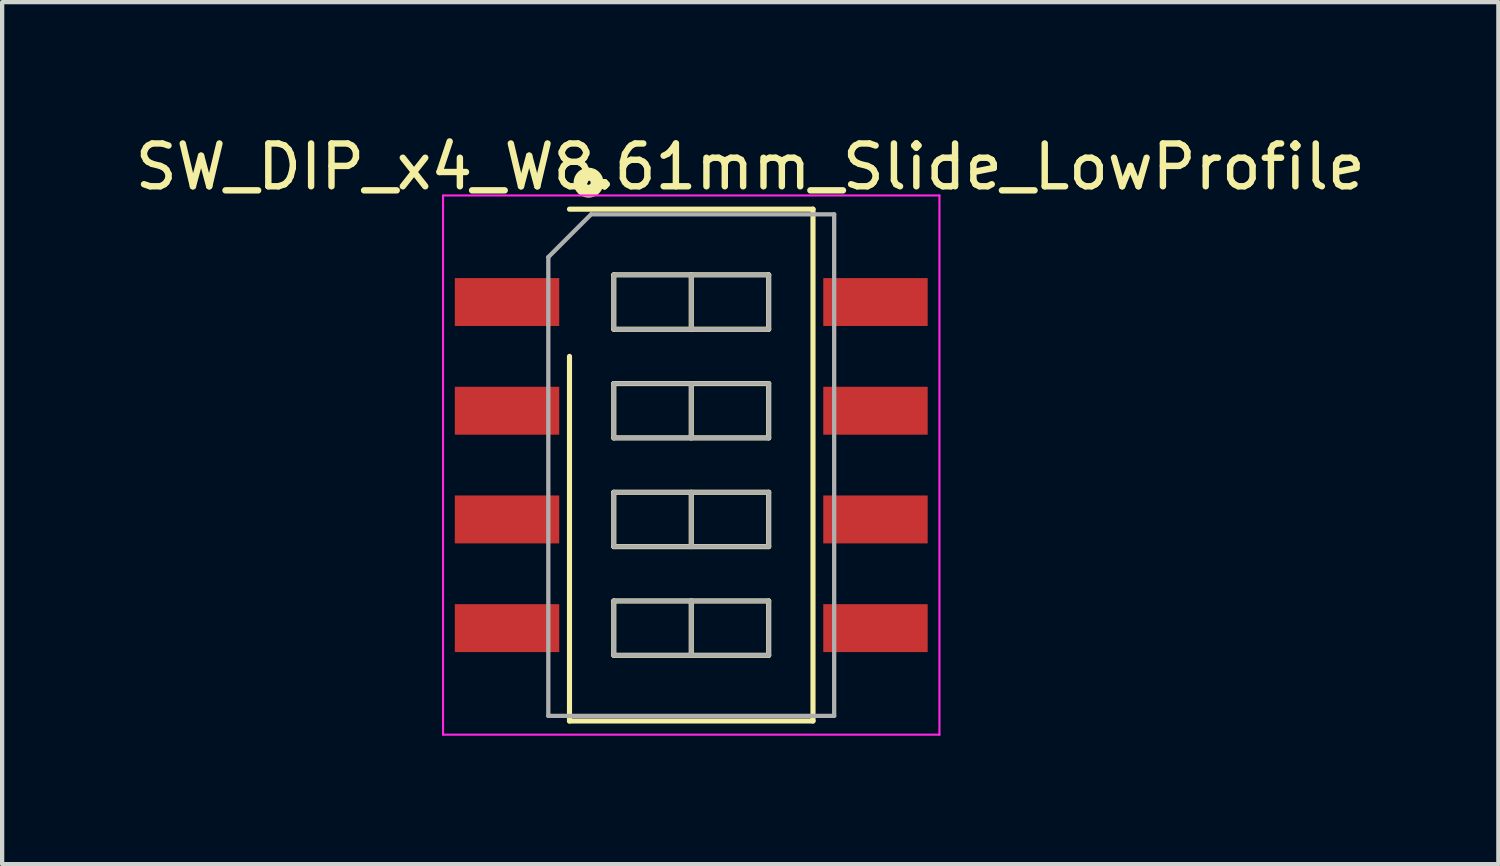
<source format=kicad_pcb>
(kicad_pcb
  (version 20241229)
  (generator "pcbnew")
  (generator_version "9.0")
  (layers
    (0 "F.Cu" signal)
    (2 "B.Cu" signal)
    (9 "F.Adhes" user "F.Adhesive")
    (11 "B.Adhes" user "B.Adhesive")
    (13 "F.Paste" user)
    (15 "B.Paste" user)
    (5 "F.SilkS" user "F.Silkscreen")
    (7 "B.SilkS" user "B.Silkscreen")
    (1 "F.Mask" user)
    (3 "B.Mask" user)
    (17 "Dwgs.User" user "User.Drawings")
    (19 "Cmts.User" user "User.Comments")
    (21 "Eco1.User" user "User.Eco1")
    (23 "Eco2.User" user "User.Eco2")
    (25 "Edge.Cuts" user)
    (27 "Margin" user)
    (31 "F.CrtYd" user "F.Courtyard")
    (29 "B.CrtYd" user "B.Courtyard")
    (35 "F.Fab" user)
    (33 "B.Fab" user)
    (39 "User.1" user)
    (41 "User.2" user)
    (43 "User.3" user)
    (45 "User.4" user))
  (footprint "SW_DIP_x4_W8.61mm_Slide_LowProfile"
    (layer "F.Cu")
    (at 13.103 7.818)
    (property "Reference" "SW_DIP_x4_W8.61mm_Slide_LowProfile" (at 1.379 -6.97 0) (layer "F.SilkS") (effects (font (size 1 1) (thickness 0.15))))
    (attr smd)
    (fp_line (start -2.845 -5.98) (end 2.845 -5.98) (stroke (width 0.12) (type solid)) (layer "F.SilkS"))
    (fp_line (start -2.845 5.98) (end -2.845 -2.54) (stroke (width 0.12) (type solid)) (layer "F.SilkS"))
    (fp_line (start -1.81 -4.445) (end -1.81 -3.175) (stroke (width 0.12) (type solid)) (layer "F.SilkS"))
    (fp_line (start -1.81 -3.175) (end 1.81 -3.175) (stroke (width 0.12) (type solid)) (layer "F.SilkS"))
    (fp_line (start -1.81 -1.905) (end -1.81 -0.635) (stroke (width 0.12) (type solid)) (layer "F.SilkS"))
    (fp_line (start -1.81 -0.635) (end 1.81 -0.635) (stroke (width 0.12) (type solid)) (layer "F.SilkS"))
    (fp_line (start -1.81 0.635) (end -1.81 1.905) (stroke (width 0.12) (type solid)) (layer "F.SilkS"))
    (fp_line (start -1.81 1.905) (end 1.81 1.905) (stroke (width 0.12) (type solid)) (layer "F.SilkS"))
    (fp_line (start -1.81 3.175) (end -1.81 4.445) (stroke (width 0.12) (type solid)) (layer "F.SilkS"))
    (fp_line (start -1.81 4.445) (end 1.81 4.445) (stroke (width 0.12) (type solid)) (layer "F.SilkS"))
    (fp_line (start 0 -4.445) (end 0 -3.175) (stroke (width 0.12) (type solid)) (layer "F.SilkS"))
    (fp_line (start 0 -1.905) (end 0 -0.635) (stroke (width 0.12) (type solid)) (layer "F.SilkS"))
    (fp_line (start 0 0.635) (end 0 1.905) (stroke (width 0.12) (type solid)) (layer "F.SilkS"))
    (fp_line (start 0 3.175) (end 0 4.445) (stroke (width 0.12) (type solid)) (layer "F.SilkS"))
    (fp_line (start 1.81 -4.445) (end -1.81 -4.445) (stroke (width 0.12) (type solid)) (layer "F.SilkS"))
    (fp_line (start 1.81 -3.175) (end 1.81 -4.445) (stroke (width 0.12) (type solid)) (layer "F.SilkS"))
    (fp_line (start 1.81 -1.905) (end -1.81 -1.905) (stroke (width 0.12) (type solid)) (layer "F.SilkS"))
    (fp_line (start 1.81 -0.635) (end 1.81 -1.905) (stroke (width 0.12) (type solid)) (layer "F.SilkS"))
    (fp_line (start 1.81 0.635) (end -1.81 0.635) (stroke (width 0.12) (type solid)) (layer "F.SilkS"))
    (fp_line (start 1.81 1.905) (end 1.81 0.635) (stroke (width 0.12) (type solid)) (layer "F.SilkS"))
    (fp_line (start 1.81 3.175) (end -1.81 3.175) (stroke (width 0.12) (type solid)) (layer "F.SilkS"))
    (fp_line (start 1.81 4.445) (end 1.81 3.175) (stroke (width 0.12) (type solid)) (layer "F.SilkS"))
    (fp_line (start 2.845 -5.98) (end 2.845 5.98) (stroke (width 0.12) (type solid)) (layer "F.SilkS"))
    (fp_line (start 2.845 5.98) (end -2.845 5.98) (stroke (width 0.12) (type solid)) (layer "F.SilkS"))
    (fp_circle (center -2.4 -6.6) (end -2.2 -6.6) (stroke (width 0.3) (type solid)) (fill no) (layer "F.SilkS"))
    (fp_line (start -5.8 -6.3) (end -5.8 6.3) (stroke (width 0.05) (type solid)) (layer "F.CrtYd"))
    (fp_line (start -5.8 6.3) (end 5.8 6.3) (stroke (width 0.05) (type solid)) (layer "F.CrtYd"))
    (fp_line (start 5.8 -6.3) (end -5.8 -6.3) (stroke (width 0.05) (type solid)) (layer "F.CrtYd"))
    (fp_line (start 5.8 6.3) (end 5.8 -6.3) (stroke (width 0.05) (type solid)) (layer "F.CrtYd"))
    (fp_line (start -3.34 -4.86) (end -2.34 -5.86) (stroke (width 0.1) (type solid)) (layer "F.Fab"))
    (fp_line (start -3.34 5.86) (end -3.34 -4.86) (stroke (width 0.1) (type solid)) (layer "F.Fab"))
    (fp_line (start -2.34 -5.86) (end 3.34 -5.86) (stroke (width 0.1) (type solid)) (layer "F.Fab"))
    (fp_line (start -1.81 -4.445) (end -1.81 -3.175) (stroke (width 0.1) (type solid)) (layer "F.Fab"))
    (fp_line (start -1.81 -3.175) (end 1.81 -3.175) (stroke (width 0.1) (type solid)) (layer "F.Fab"))
    (fp_line (start -1.81 -1.905) (end -1.81 -0.635) (stroke (width 0.1) (type solid)) (layer "F.Fab"))
    (fp_line (start -1.81 -0.635) (end 1.81 -0.635) (stroke (width 0.1) (type solid)) (layer "F.Fab"))
    (fp_line (start -1.81 0.635) (end -1.81 1.905) (stroke (width 0.1) (type solid)) (layer "F.Fab"))
    (fp_line (start -1.81 1.905) (end 1.81 1.905) (stroke (width 0.1) (type solid)) (layer "F.Fab"))
    (fp_line (start -1.81 3.175) (end -1.81 4.445) (stroke (width 0.1) (type solid)) (layer "F.Fab"))
    (fp_line (start -1.81 4.445) (end 1.81 4.445) (stroke (width 0.1) (type solid)) (layer "F.Fab"))
    (fp_line (start 0 -4.445) (end 0 -3.175) (stroke (width 0.1) (type solid)) (layer "F.Fab"))
    (fp_line (start 0 -1.905) (end 0 -0.635) (stroke (width 0.1) (type solid)) (layer "F.Fab"))
    (fp_line (start 0 0.635) (end 0 1.905) (stroke (width 0.1) (type solid)) (layer "F.Fab"))
    (fp_line (start 0 3.175) (end 0 4.445) (stroke (width 0.1) (type solid)) (layer "F.Fab"))
    (fp_line (start 1.81 -4.445) (end -1.81 -4.445) (stroke (width 0.1) (type solid)) (layer "F.Fab"))
    (fp_line (start 1.81 -3.175) (end 1.81 -4.445) (stroke (width 0.1) (type solid)) (layer "F.Fab"))
    (fp_line (start 1.81 -1.905) (end -1.81 -1.905) (stroke (width 0.1) (type solid)) (layer "F.Fab"))
    (fp_line (start 1.81 -0.635) (end 1.81 -1.905) (stroke (width 0.1) (type solid)) (layer "F.Fab"))
    (fp_line (start 1.81 0.635) (end -1.81 0.635) (stroke (width 0.1) (type solid)) (layer "F.Fab"))
    (fp_line (start 1.81 1.905) (end 1.81 0.635) (stroke (width 0.1) (type solid)) (layer "F.Fab"))
    (fp_line (start 1.81 3.175) (end -1.81 3.175) (stroke (width 0.1) (type solid)) (layer "F.Fab"))
    (fp_line (start 1.81 4.445) (end 1.81 3.175) (stroke (width 0.1) (type solid)) (layer "F.Fab"))
    (fp_line (start 3.34 -5.86) (end 3.34 5.86) (stroke (width 0.1) (type solid)) (layer "F.Fab"))
    (fp_line (start 3.34 5.86) (end -3.34 5.86) (stroke (width 0.1) (type solid)) (layer "F.Fab"))
    (pad "1" smd rect (at -4.305 -3.81) (size 2.44 1.12) (layers "F.Cu" "F.Mask" "F.Paste"))
    (pad "2" smd rect (at -4.305 -1.27) (size 2.44 1.12) (layers "F.Cu" "F.Mask" "F.Paste"))
    (pad "3" smd rect (at -4.305 1.27) (size 2.44 1.12) (layers "F.Cu" "F.Mask" "F.Paste"))
    (pad "4" smd rect (at -4.305 3.81) (size 2.44 1.12) (layers "F.Cu" "F.Mask" "F.Paste"))
    (pad "5" smd rect (at 4.305 3.81) (size 2.44 1.12) (layers "F.Cu" "F.Mask" "F.Paste"))
    (pad "6" smd rect (at 4.305 1.27) (size 2.44 1.12) (layers "F.Cu" "F.Mask" "F.Paste"))
    (pad "7" smd rect (at 4.305 -1.27) (size 2.44 1.12) (layers "F.Cu" "F.Mask" "F.Paste"))
    (pad "8" smd rect (at 4.305 -3.81) (size 2.44 1.12) (layers "F.Cu" "F.Mask" "F.Paste")))
  (gr_rect
    (start -3 -3)
    (end 31.964 17.143)
    (stroke (width 0.1) (type default))
    (fill no)
    (layer "Edge.Cuts")))
</source>
